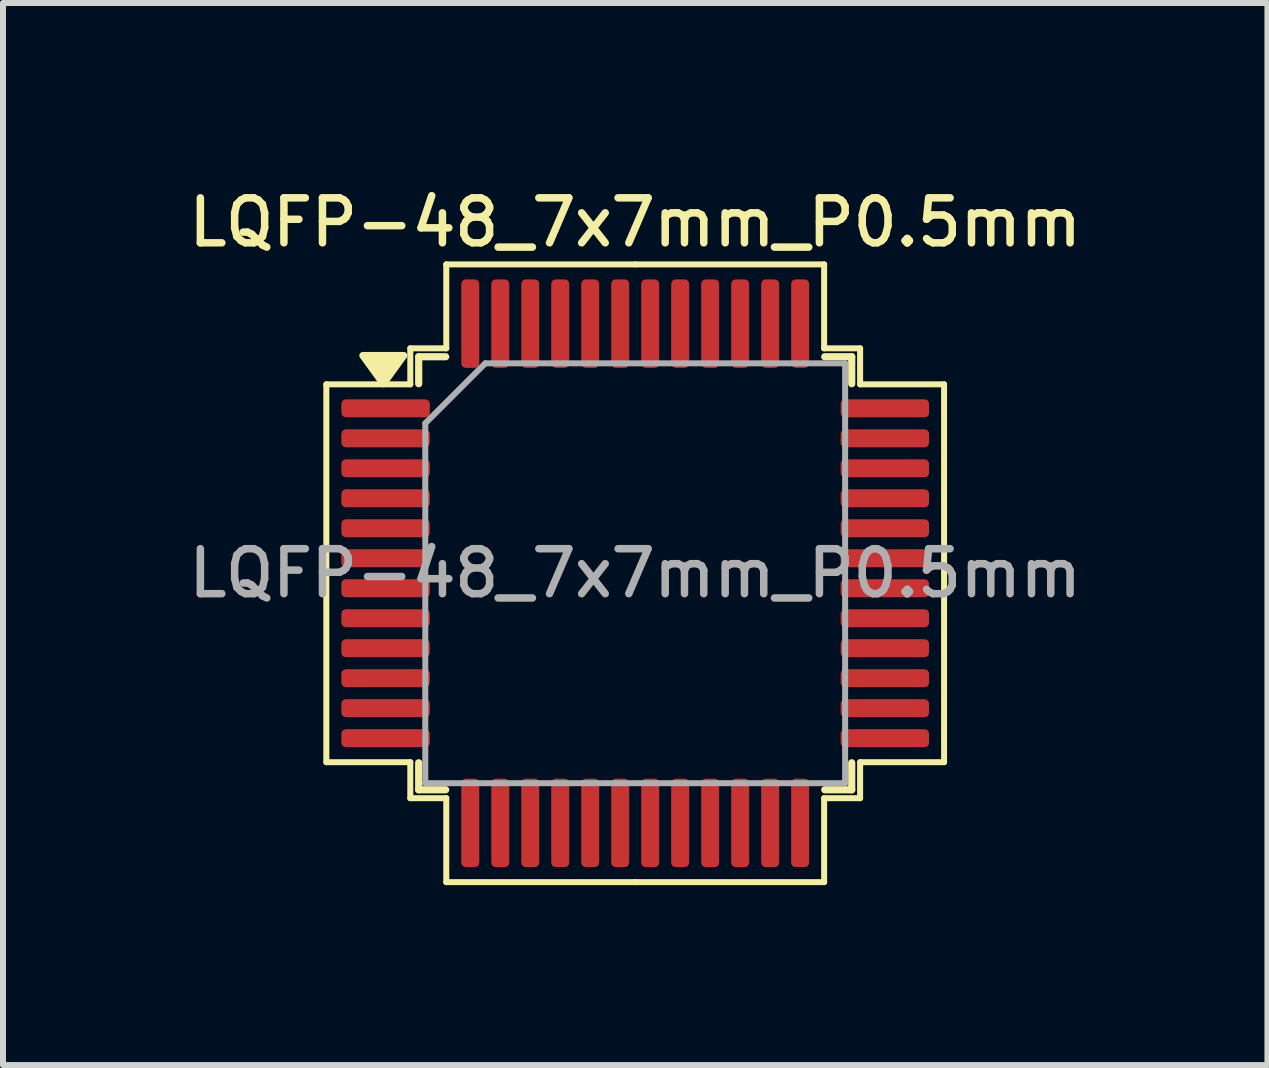
<source format=kicad_pcb>
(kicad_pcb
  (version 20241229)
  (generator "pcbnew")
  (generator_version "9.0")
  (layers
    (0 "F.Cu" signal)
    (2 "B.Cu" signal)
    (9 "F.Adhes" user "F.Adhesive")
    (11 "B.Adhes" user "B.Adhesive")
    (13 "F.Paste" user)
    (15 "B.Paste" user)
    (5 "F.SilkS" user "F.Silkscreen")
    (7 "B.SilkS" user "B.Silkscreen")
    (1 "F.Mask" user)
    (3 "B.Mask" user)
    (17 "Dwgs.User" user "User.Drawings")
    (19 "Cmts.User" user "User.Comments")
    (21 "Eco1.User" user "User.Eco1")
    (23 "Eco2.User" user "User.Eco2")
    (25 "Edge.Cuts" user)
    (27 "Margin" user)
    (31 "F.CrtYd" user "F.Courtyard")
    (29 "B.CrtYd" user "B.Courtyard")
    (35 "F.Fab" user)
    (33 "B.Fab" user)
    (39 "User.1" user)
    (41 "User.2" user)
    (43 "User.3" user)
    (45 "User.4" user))
  (footprint "LQFP-48_7x7mm_P0.5mm"
    (layer "F.Cu")
    (at 7.541 6.508)
    (property "Reference" "LQFP-48_7x7mm_P0.5mm" (at 0 -5.85 0) (layer "F.SilkS") (effects (font (size 0.75 0.75) (thickness 0.125))))
    (attr smd)
    (fp_line (start -5.15 -3.15) (end -5.15 0) (stroke (width 0.1) (type solid)) (layer "F.SilkS"))
    (fp_line (start -5.15 3.15) (end -5.15 0) (stroke (width 0.1) (type solid)) (layer "F.SilkS"))
    (fp_line (start -3.75 -3.75) (end -3.75 -3.15) (stroke (width 0.1) (type solid)) (layer "F.SilkS"))
    (fp_line (start -3.75 -3.15) (end -5.15 -3.15) (stroke (width 0.1) (type solid)) (layer "F.SilkS"))
    (fp_line (start -3.75 3.15) (end -5.15 3.15) (stroke (width 0.1) (type solid)) (layer "F.SilkS"))
    (fp_line (start -3.75 3.75) (end -3.75 3.15) (stroke (width 0.1) (type solid)) (layer "F.SilkS"))
    (fp_line (start -3.61 -3.61) (end -3.61 -3.16) (stroke (width 0.12) (type solid)) (layer "F.SilkS"))
    (fp_line (start -3.61 3.61) (end -3.61 3.16) (stroke (width 0.12) (type solid)) (layer "F.SilkS"))
    (fp_line (start -3.16 -3.61) (end -3.61 -3.61) (stroke (width 0.12) (type solid)) (layer "F.SilkS"))
    (fp_line (start -3.16 3.61) (end -3.61 3.61) (stroke (width 0.12) (type solid)) (layer "F.SilkS"))
    (fp_line (start -3.15 -5.15) (end -3.15 -3.75) (stroke (width 0.1) (type solid)) (layer "F.SilkS"))
    (fp_line (start -3.15 -3.75) (end -3.75 -3.75) (stroke (width 0.1) (type solid)) (layer "F.SilkS"))
    (fp_line (start -3.15 3.75) (end -3.75 3.75) (stroke (width 0.1) (type solid)) (layer "F.SilkS"))
    (fp_line (start -3.15 5.15) (end -3.15 3.75) (stroke (width 0.1) (type solid)) (layer "F.SilkS"))
    (fp_line (start 0 -5.15) (end -3.15 -5.15) (stroke (width 0.1) (type solid)) (layer "F.SilkS"))
    (fp_line (start 0 -5.15) (end 3.15 -5.15) (stroke (width 0.1) (type solid)) (layer "F.SilkS"))
    (fp_line (start 0 5.15) (end -3.15 5.15) (stroke (width 0.1) (type solid)) (layer "F.SilkS"))
    (fp_line (start 0 5.15) (end 3.15 5.15) (stroke (width 0.1) (type solid)) (layer "F.SilkS"))
    (fp_line (start 3.15 -5.15) (end 3.15 -3.75) (stroke (width 0.1) (type solid)) (layer "F.SilkS"))
    (fp_line (start 3.15 -3.75) (end 3.75 -3.75) (stroke (width 0.1) (type solid)) (layer "F.SilkS"))
    (fp_line (start 3.15 3.75) (end 3.75 3.75) (stroke (width 0.1) (type solid)) (layer "F.SilkS"))
    (fp_line (start 3.15 5.15) (end 3.15 3.75) (stroke (width 0.1) (type solid)) (layer "F.SilkS"))
    (fp_line (start 3.16 -3.61) (end 3.61 -3.61) (stroke (width 0.12) (type solid)) (layer "F.SilkS"))
    (fp_line (start 3.16 3.61) (end 3.61 3.61) (stroke (width 0.12) (type solid)) (layer "F.SilkS"))
    (fp_line (start 3.61 -3.61) (end 3.61 -3.16) (stroke (width 0.12) (type solid)) (layer "F.SilkS"))
    (fp_line (start 3.61 3.61) (end 3.61 3.16) (stroke (width 0.12) (type solid)) (layer "F.SilkS"))
    (fp_line (start 3.75 -3.75) (end 3.75 -3.15) (stroke (width 0.1) (type solid)) (layer "F.SilkS"))
    (fp_line (start 3.75 -3.15) (end 5.15 -3.15) (stroke (width 0.1) (type solid)) (layer "F.SilkS"))
    (fp_line (start 3.75 3.15) (end 5.15 3.15) (stroke (width 0.1) (type solid)) (layer "F.SilkS"))
    (fp_line (start 3.75 3.75) (end 3.75 3.15) (stroke (width 0.1) (type solid)) (layer "F.SilkS"))
    (fp_line (start 5.15 -3.15) (end 5.15 0) (stroke (width 0.1) (type solid)) (layer "F.SilkS"))
    (fp_line (start 5.15 3.15) (end 5.15 0) (stroke (width 0.1) (type solid)) (layer "F.SilkS"))
    (fp_poly (pts (xy -4.2 -3.16) (xy -4.54 -3.63) (xy -3.86 -3.63) (xy -4.2 -3.16)) (stroke (width 0.12) (type solid)) (fill yes) (layer "F.SilkS"))
    (fp_line (start -3.5 -2.5) (end -2.5 -3.5) (stroke (width 0.1) (type solid)) (layer "F.Fab"))
    (fp_line (start -3.5 3.5) (end -3.5 -2.5) (stroke (width 0.1) (type solid)) (layer "F.Fab"))
    (fp_line (start -2.5 -3.5) (end 3.5 -3.5) (stroke (width 0.1) (type solid)) (layer "F.Fab"))
    (fp_line (start 3.5 -3.5) (end 3.5 3.5) (stroke (width 0.1) (type solid)) (layer "F.Fab"))
    (fp_line (start 3.5 3.5) (end -3.5 3.5) (stroke (width 0.1) (type solid)) (layer "F.Fab"))
    (fp_text user "${REFERENCE}" (at 0 0 0) (layer "F.Fab") (effects (font (size 0.75 0.75) (thickness 0.125))))
    (pad "1" smd roundrect (at -4.162 -2.75) (size 1.475 0.3) (layers "F.Cu" "F.Mask" "F.Paste") (roundrect_rratio 0.25))
    (pad "2" smd roundrect (at -4.162 -2.25) (size 1.475 0.3) (layers "F.Cu" "F.Mask" "F.Paste") (roundrect_rratio 0.25))
    (pad "3" smd roundrect (at -4.162 -1.75) (size 1.475 0.3) (layers "F.Cu" "F.Mask" "F.Paste") (roundrect_rratio 0.25))
    (pad "4" smd roundrect (at -4.162 -1.25) (size 1.475 0.3) (layers "F.Cu" "F.Mask" "F.Paste") (roundrect_rratio 0.25))
    (pad "5" smd roundrect (at -4.162 -0.75) (size 1.475 0.3) (layers "F.Cu" "F.Mask" "F.Paste") (roundrect_rratio 0.25))
    (pad "6" smd roundrect (at -4.162 -0.25) (size 1.475 0.3) (layers "F.Cu" "F.Mask" "F.Paste") (roundrect_rratio 0.25))
    (pad "7" smd roundrect (at -4.162 0.25) (size 1.475 0.3) (layers "F.Cu" "F.Mask" "F.Paste") (roundrect_rratio 0.25))
    (pad "8" smd roundrect (at -4.162 0.75) (size 1.475 0.3) (layers "F.Cu" "F.Mask" "F.Paste") (roundrect_rratio 0.25))
    (pad "9" smd roundrect (at -4.162 1.25) (size 1.475 0.3) (layers "F.Cu" "F.Mask" "F.Paste") (roundrect_rratio 0.25))
    (pad "10" smd roundrect (at -4.162 1.75) (size 1.475 0.3) (layers "F.Cu" "F.Mask" "F.Paste") (roundrect_rratio 0.25))
    (pad "11" smd roundrect (at -4.162 2.25) (size 1.475 0.3) (layers "F.Cu" "F.Mask" "F.Paste") (roundrect_rratio 0.25))
    (pad "12" smd roundrect (at -4.162 2.75) (size 1.475 0.3) (layers "F.Cu" "F.Mask" "F.Paste") (roundrect_rratio 0.25))
    (pad "13" smd roundrect (at -2.75 4.162) (size 0.3 1.475) (layers "F.Cu" "F.Mask" "F.Paste") (roundrect_rratio 0.25))
    (pad "14" smd roundrect (at -2.25 4.162) (size 0.3 1.475) (layers "F.Cu" "F.Mask" "F.Paste") (roundrect_rratio 0.25))
    (pad "15" smd roundrect (at -1.75 4.162) (size 0.3 1.475) (layers "F.Cu" "F.Mask" "F.Paste") (roundrect_rratio 0.25))
    (pad "16" smd roundrect (at -1.25 4.162) (size 0.3 1.475) (layers "F.Cu" "F.Mask" "F.Paste") (roundrect_rratio 0.25))
    (pad "17" smd roundrect (at -0.75 4.162) (size 0.3 1.475) (layers "F.Cu" "F.Mask" "F.Paste") (roundrect_rratio 0.25))
    (pad "18" smd roundrect (at -0.25 4.162) (size 0.3 1.475) (layers "F.Cu" "F.Mask" "F.Paste") (roundrect_rratio 0.25))
    (pad "19" smd roundrect (at 0.25 4.162) (size 0.3 1.475) (layers "F.Cu" "F.Mask" "F.Paste") (roundrect_rratio 0.25))
    (pad "20" smd roundrect (at 0.75 4.162) (size 0.3 1.475) (layers "F.Cu" "F.Mask" "F.Paste") (roundrect_rratio 0.25))
    (pad "21" smd roundrect (at 1.25 4.162) (size 0.3 1.475) (layers "F.Cu" "F.Mask" "F.Paste") (roundrect_rratio 0.25))
    (pad "22" smd roundrect (at 1.75 4.162) (size 0.3 1.475) (layers "F.Cu" "F.Mask" "F.Paste") (roundrect_rratio 0.25))
    (pad "23" smd roundrect (at 2.25 4.162) (size 0.3 1.475) (layers "F.Cu" "F.Mask" "F.Paste") (roundrect_rratio 0.25))
    (pad "24" smd roundrect (at 2.75 4.162) (size 0.3 1.475) (layers "F.Cu" "F.Mask" "F.Paste") (roundrect_rratio 0.25))
    (pad "25" smd roundrect (at 4.162 2.75) (size 1.475 0.3) (layers "F.Cu" "F.Mask" "F.Paste") (roundrect_rratio 0.25))
    (pad "26" smd roundrect (at 4.162 2.25) (size 1.475 0.3) (layers "F.Cu" "F.Mask" "F.Paste") (roundrect_rratio 0.25))
    (pad "27" smd roundrect (at 4.162 1.75) (size 1.475 0.3) (layers "F.Cu" "F.Mask" "F.Paste") (roundrect_rratio 0.25))
    (pad "28" smd roundrect (at 4.162 1.25) (size 1.475 0.3) (layers "F.Cu" "F.Mask" "F.Paste") (roundrect_rratio 0.25))
    (pad "29" smd roundrect (at 4.162 0.75) (size 1.475 0.3) (layers "F.Cu" "F.Mask" "F.Paste") (roundrect_rratio 0.25))
    (pad "30" smd roundrect (at 4.162 0.25) (size 1.475 0.3) (layers "F.Cu" "F.Mask" "F.Paste") (roundrect_rratio 0.25))
    (pad "31" smd roundrect (at 4.162 -0.25) (size 1.475 0.3) (layers "F.Cu" "F.Mask" "F.Paste") (roundrect_rratio 0.25))
    (pad "32" smd roundrect (at 4.162 -0.75) (size 1.475 0.3) (layers "F.Cu" "F.Mask" "F.Paste") (roundrect_rratio 0.25))
    (pad "33" smd roundrect (at 4.162 -1.25) (size 1.475 0.3) (layers "F.Cu" "F.Mask" "F.Paste") (roundrect_rratio 0.25))
    (pad "34" smd roundrect (at 4.162 -1.75) (size 1.475 0.3) (layers "F.Cu" "F.Mask" "F.Paste") (roundrect_rratio 0.25))
    (pad "35" smd roundrect (at 4.162 -2.25) (size 1.475 0.3) (layers "F.Cu" "F.Mask" "F.Paste") (roundrect_rratio 0.25))
    (pad "36" smd roundrect (at 4.162 -2.75) (size 1.475 0.3) (layers "F.Cu" "F.Mask" "F.Paste") (roundrect_rratio 0.25))
    (pad "37" smd roundrect (at 2.75 -4.162) (size 0.3 1.475) (layers "F.Cu" "F.Mask" "F.Paste") (roundrect_rratio 0.25))
    (pad "38" smd roundrect (at 2.25 -4.162) (size 0.3 1.475) (layers "F.Cu" "F.Mask" "F.Paste") (roundrect_rratio 0.25))
    (pad "39" smd roundrect (at 1.75 -4.162) (size 0.3 1.475) (layers "F.Cu" "F.Mask" "F.Paste") (roundrect_rratio 0.25))
    (pad "40" smd roundrect (at 1.25 -4.162) (size 0.3 1.475) (layers "F.Cu" "F.Mask" "F.Paste") (roundrect_rratio 0.25))
    (pad "41" smd roundrect (at 0.75 -4.162) (size 0.3 1.475) (layers "F.Cu" "F.Mask" "F.Paste") (roundrect_rratio 0.25))
    (pad "42" smd roundrect (at 0.25 -4.162) (size 0.3 1.475) (layers "F.Cu" "F.Mask" "F.Paste") (roundrect_rratio 0.25))
    (pad "43" smd roundrect (at -0.25 -4.162) (size 0.3 1.475) (layers "F.Cu" "F.Mask" "F.Paste") (roundrect_rratio 0.25))
    (pad "44" smd roundrect (at -0.75 -4.162) (size 0.3 1.475) (layers "F.Cu" "F.Mask" "F.Paste") (roundrect_rratio 0.25))
    (pad "45" smd roundrect (at -1.25 -4.162) (size 0.3 1.475) (layers "F.Cu" "F.Mask" "F.Paste") (roundrect_rratio 0.25))
    (pad "46" smd roundrect (at -1.75 -4.162) (size 0.3 1.475) (layers "F.Cu" "F.Mask" "F.Paste") (roundrect_rratio 0.25))
    (pad "47" smd roundrect (at -2.25 -4.162) (size 0.3 1.475) (layers "F.Cu" "F.Mask" "F.Paste") (roundrect_rratio 0.25))
    (pad "48" smd roundrect (at -2.75 -4.162) (size 0.3 1.475) (layers "F.Cu" "F.Mask" "F.Paste") (roundrect_rratio 0.25)))
  (gr_rect
    (start -3 -3)
    (end 18.082 14.708)
    (stroke (width 0.1) (type default))
    (fill no)
    (layer "Edge.Cuts")))
</source>
